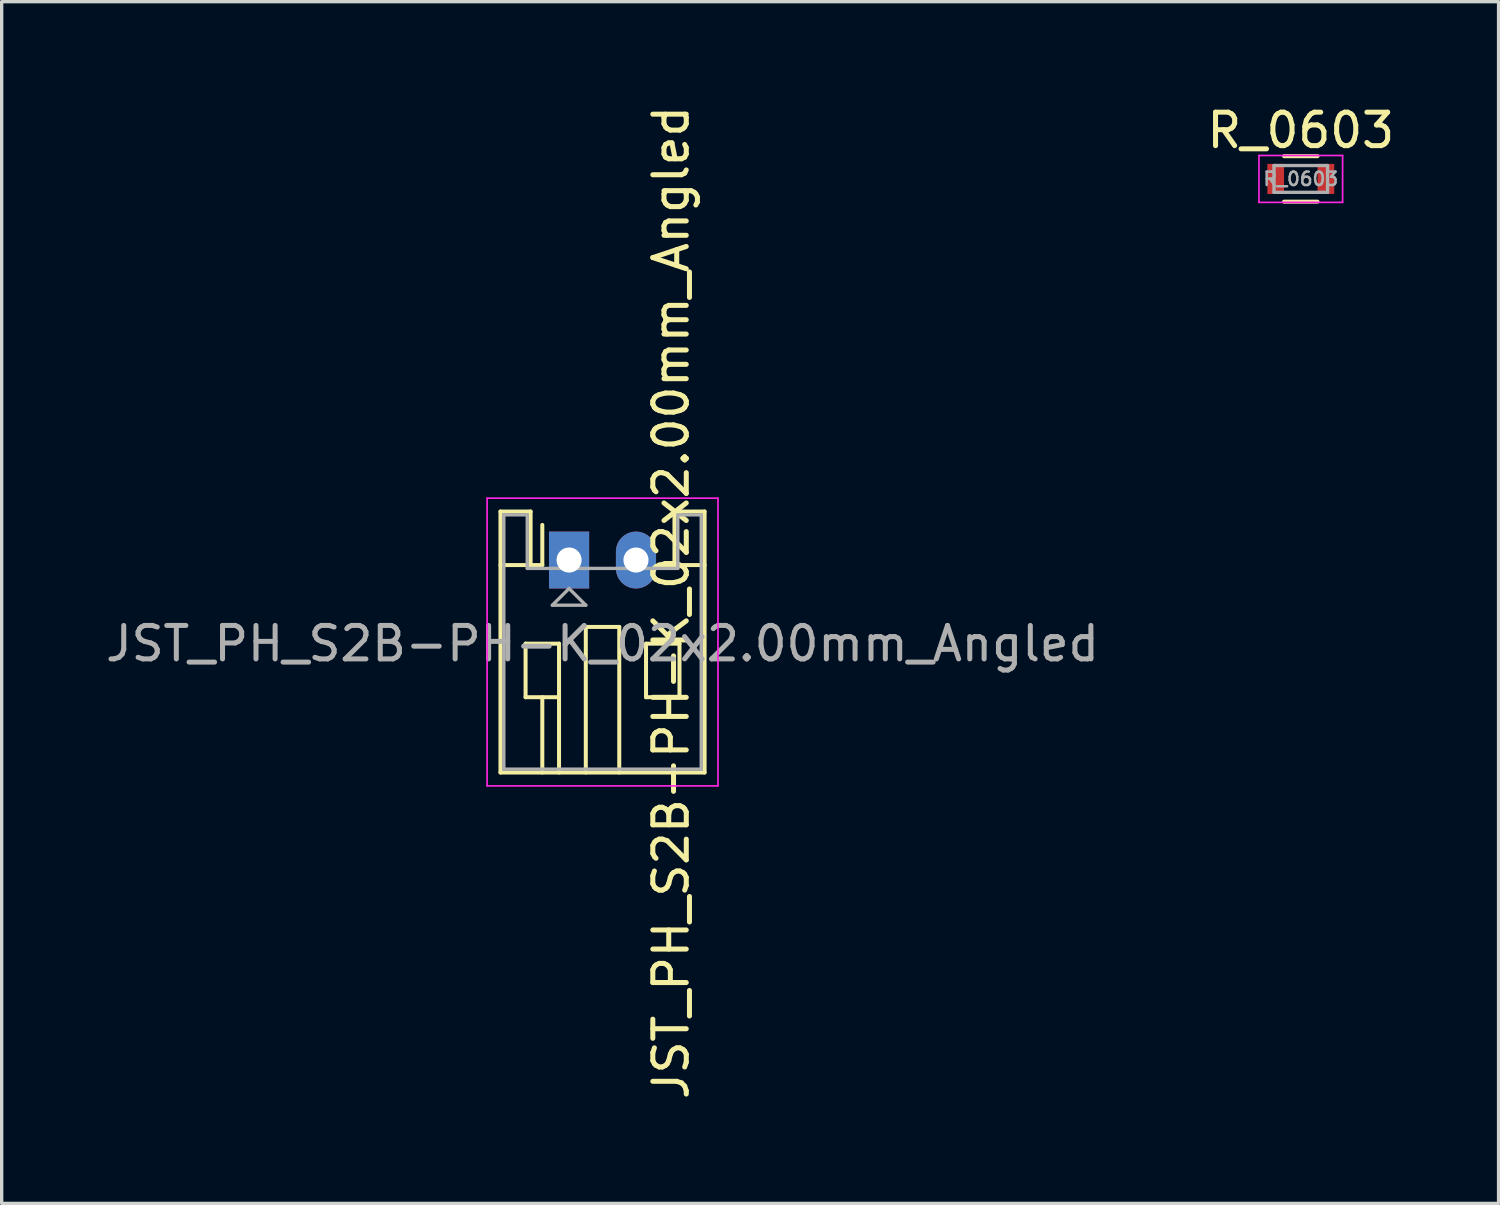
<source format=kicad_pcb>
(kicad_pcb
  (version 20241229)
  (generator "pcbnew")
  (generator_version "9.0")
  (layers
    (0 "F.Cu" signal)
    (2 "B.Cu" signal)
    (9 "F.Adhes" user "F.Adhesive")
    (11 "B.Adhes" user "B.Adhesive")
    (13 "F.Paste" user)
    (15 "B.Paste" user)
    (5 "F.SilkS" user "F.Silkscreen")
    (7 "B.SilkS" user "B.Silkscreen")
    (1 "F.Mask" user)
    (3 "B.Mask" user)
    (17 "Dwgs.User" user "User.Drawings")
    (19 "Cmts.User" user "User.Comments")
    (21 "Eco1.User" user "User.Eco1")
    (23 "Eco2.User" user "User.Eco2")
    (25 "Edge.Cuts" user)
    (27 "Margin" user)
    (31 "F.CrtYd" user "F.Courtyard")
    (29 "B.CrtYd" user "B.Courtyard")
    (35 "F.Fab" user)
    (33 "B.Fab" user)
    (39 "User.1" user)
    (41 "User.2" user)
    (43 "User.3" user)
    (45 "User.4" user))
  (footprint "R_0603"
    (layer "F.Cu")
    (at 35.827 2.298)
    (property "Reference" "R_0603" (at 0 -1.45 0) (layer "F.SilkS") (effects (font (size 1 1) (thickness 0.15))))
    (attr smd)
    (fp_line (start -0.5 -0.68) (end 0.5 -0.68) (stroke (width 0.12) (type solid)) (layer "F.SilkS"))
    (fp_line (start 0.5 0.68) (end -0.5 0.68) (stroke (width 0.12) (type solid)) (layer "F.SilkS"))
    (fp_line (start -1.25 -0.7) (end -1.25 0.7) (stroke (width 0.05) (type solid)) (layer "F.CrtYd"))
    (fp_line (start -1.25 -0.7) (end 1.25 -0.7) (stroke (width 0.05) (type solid)) (layer "F.CrtYd"))
    (fp_line (start 1.25 0.7) (end -1.25 0.7) (stroke (width 0.05) (type solid)) (layer "F.CrtYd"))
    (fp_line (start 1.25 0.7) (end 1.25 -0.7) (stroke (width 0.05) (type solid)) (layer "F.CrtYd"))
    (fp_line (start -0.8 -0.4) (end 0.8 -0.4) (stroke (width 0.1) (type solid)) (layer "F.Fab"))
    (fp_line (start -0.8 0.4) (end -0.8 -0.4) (stroke (width 0.1) (type solid)) (layer "F.Fab"))
    (fp_line (start 0.8 -0.4) (end 0.8 0.4) (stroke (width 0.1) (type solid)) (layer "F.Fab"))
    (fp_line (start 0.8 0.4) (end -0.8 0.4) (stroke (width 0.1) (type solid)) (layer "F.Fab"))
    (fp_text user "${REFERENCE}" (at 0 0 0) (layer "F.Fab") (effects (font (size 0.4 0.4) (thickness 0.075))))
    (pad "1" smd rect (at -0.75 0) (size 0.5 0.9) (layers "F.Cu" "F.Mask" "F.Paste"))
    (pad "2" smd rect (at 0.75 0) (size 0.5 0.9) (layers "F.Cu" "F.Mask" "F.Paste")))
  (footprint "JST_PH_S2B-PH-K_02x2.00mm_Angled"
    (layer "F.Cu")
    (at 13.958 13.688)
    (property "Reference" "JST_PH_S2B-PH-K_02x2.00mm_Angled" (at 3.048 1.27 270) (layer "F.SilkS") (effects (font (size 1 1) (thickness 0.15))))
    (attr through_hole)
    (fp_line (start -2.05 -1.45) (end -2.05 6.35) (stroke (width 0.12) (type solid)) (layer "F.SilkS"))
    (fp_line (start -2.05 0.15) (end -1.15 0.15) (stroke (width 0.12) (type solid)) (layer "F.SilkS"))
    (fp_line (start -2.05 6.35) (end 4.05 6.35) (stroke (width 0.12) (type solid)) (layer "F.SilkS"))
    (fp_line (start -1.3 2.5) (end -1.3 4.1) (stroke (width 0.12) (type solid)) (layer "F.SilkS"))
    (fp_line (start -1.3 4.1) (end -0.3 4.1) (stroke (width 0.12) (type solid)) (layer "F.SilkS"))
    (fp_line (start -1.15 -1.45) (end -2.05 -1.45) (stroke (width 0.12) (type solid)) (layer "F.SilkS"))
    (fp_line (start -1.15 0.15) (end -1.15 -1.45) (stroke (width 0.12) (type solid)) (layer "F.SilkS"))
    (fp_line (start -0.8 0.15) (end -1.15 0.15) (stroke (width 0.12) (type solid)) (layer "F.SilkS"))
    (fp_line (start -0.8 0.15) (end -0.8 -1.05) (stroke (width 0.12) (type solid)) (layer "F.SilkS"))
    (fp_line (start -0.8 4.1) (end -0.8 6.35) (stroke (width 0.12) (type solid)) (layer "F.SilkS"))
    (fp_line (start -0.3 2.5) (end -1.3 2.5) (stroke (width 0.12) (type solid)) (layer "F.SilkS"))
    (fp_line (start -0.3 4.1) (end -0.3 2.5) (stroke (width 0.12) (type solid)) (layer "F.SilkS"))
    (fp_line (start -0.3 4.1) (end -0.3 6.35) (stroke (width 0.12) (type solid)) (layer "F.SilkS"))
    (fp_line (start 0.5 2) (end 1.5 2) (stroke (width 0.12) (type solid)) (layer "F.SilkS"))
    (fp_line (start 0.5 6.35) (end 0.5 2) (stroke (width 0.12) (type solid)) (layer "F.SilkS"))
    (fp_line (start 1.5 2) (end 1.5 6.35) (stroke (width 0.12) (type solid)) (layer "F.SilkS"))
    (fp_line (start 2.3 2.5) (end 3.3 2.5) (stroke (width 0.12) (type solid)) (layer "F.SilkS"))
    (fp_line (start 2.3 4.1) (end 2.3 2.5) (stroke (width 0.12) (type solid)) (layer "F.SilkS"))
    (fp_line (start 3.15 -1.45) (end 3.15 0.15) (stroke (width 0.12) (type solid)) (layer "F.SilkS"))
    (fp_line (start 3.15 0.15) (end 2.8 0.15) (stroke (width 0.12) (type solid)) (layer "F.SilkS"))
    (fp_line (start 3.3 2.5) (end 3.3 4.1) (stroke (width 0.12) (type solid)) (layer "F.SilkS"))
    (fp_line (start 3.3 4.1) (end 2.3 4.1) (stroke (width 0.12) (type solid)) (layer "F.SilkS"))
    (fp_line (start 4.05 -1.45) (end 3.15 -1.45) (stroke (width 0.12) (type solid)) (layer "F.SilkS"))
    (fp_line (start 4.05 0.15) (end 3.15 0.15) (stroke (width 0.12) (type solid)) (layer "F.SilkS"))
    (fp_line (start 4.05 6.35) (end 4.05 -1.45) (stroke (width 0.12) (type solid)) (layer "F.SilkS"))
    (fp_line (start -2.45 -1.85) (end -2.45 6.75) (stroke (width 0.05) (type solid)) (layer "F.CrtYd"))
    (fp_line (start -2.45 6.75) (end 4.45 6.75) (stroke (width 0.05) (type solid)) (layer "F.CrtYd"))
    (fp_line (start 4.45 -1.85) (end -2.45 -1.85) (stroke (width 0.05) (type solid)) (layer "F.CrtYd"))
    (fp_line (start 4.45 6.75) (end 4.45 -1.85) (stroke (width 0.05) (type solid)) (layer "F.CrtYd"))
    (fp_line (start -1.95 -1.35) (end -1.95 6.25) (stroke (width 0.1) (type solid)) (layer "F.Fab"))
    (fp_line (start -1.95 6.25) (end 3.95 6.25) (stroke (width 0.1) (type solid)) (layer "F.Fab"))
    (fp_line (start -1.25 -1.35) (end -1.95 -1.35) (stroke (width 0.1) (type solid)) (layer "F.Fab"))
    (fp_line (start -1.25 0.25) (end -1.25 -1.35) (stroke (width 0.1) (type solid)) (layer "F.Fab"))
    (fp_line (start -0.5 1.35) (end 0.5 1.35) (stroke (width 0.1) (type solid)) (layer "F.Fab"))
    (fp_line (start 0 0.85) (end -0.5 1.35) (stroke (width 0.1) (type solid)) (layer "F.Fab"))
    (fp_line (start 0.5 1.35) (end 0 0.85) (stroke (width 0.1) (type solid)) (layer "F.Fab"))
    (fp_line (start 3.25 -1.35) (end 3.25 0.25) (stroke (width 0.1) (type solid)) (layer "F.Fab"))
    (fp_line (start 3.25 0.25) (end -1.25 0.25) (stroke (width 0.1) (type solid)) (layer "F.Fab"))
    (fp_line (start 3.95 -1.35) (end 3.25 -1.35) (stroke (width 0.1) (type solid)) (layer "F.Fab"))
    (fp_line (start 3.95 6.25) (end 3.95 -1.35) (stroke (width 0.1) (type solid)) (layer "F.Fab"))
    (fp_text user "${REFERENCE}" (at 1 2.5 0) (layer "F.Fab") (effects (font (size 1 1) (thickness 0.15))))
    (pad "1" thru_hole rect (at 0 0) (size 1.2 1.7) (drill 0.75) (layers "*.Cu" "*.Mask"))
    (pad "2" thru_hole oval (at 2 0) (size 1.2 1.7) (drill 0.75) (layers "*.Cu" "*.Mask")))
  (gr_rect
    (start -3 -3)
    (end 41.738 32.917)
    (stroke (width 0.1) (type default))
    (fill no)
    (layer "Edge.Cuts")))
</source>
